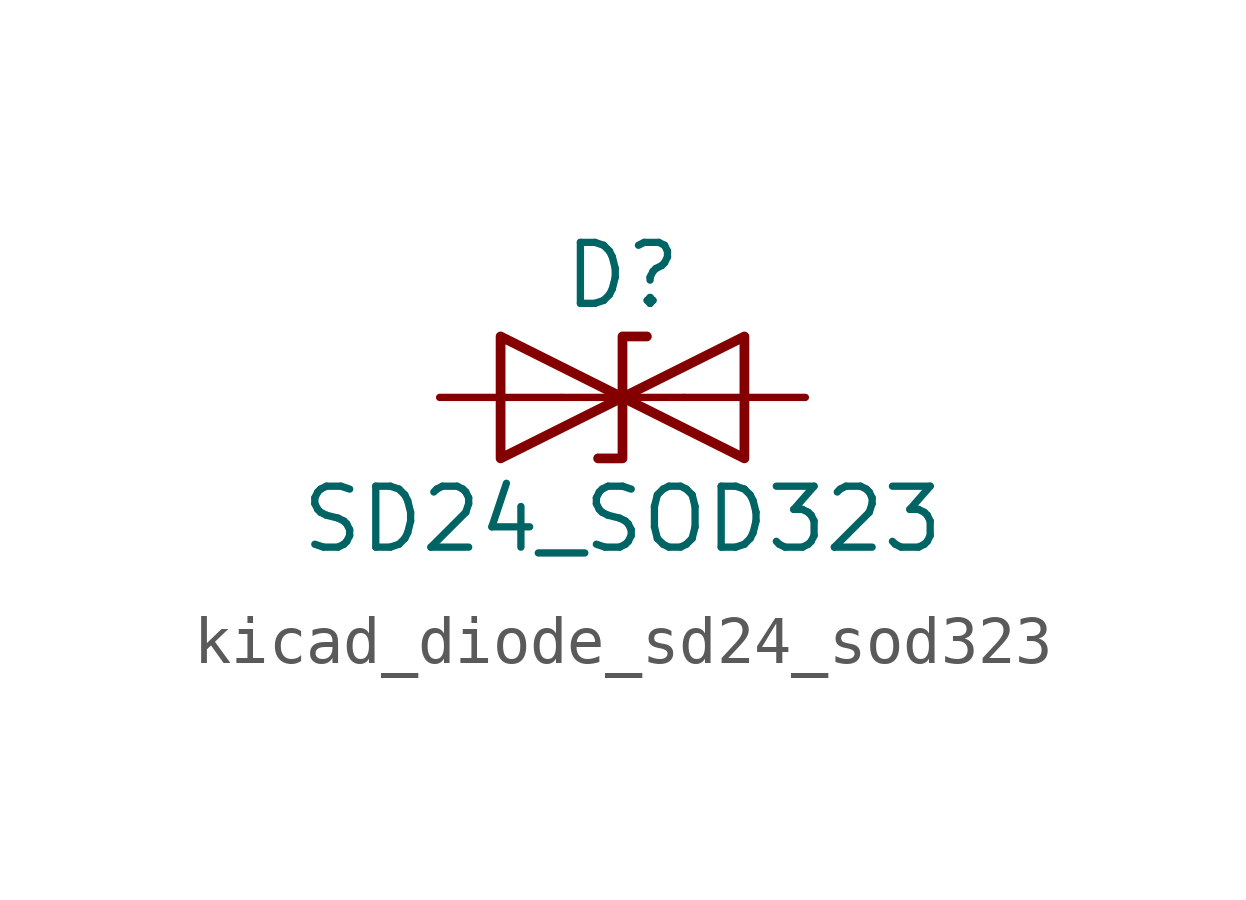
<source format=kicad_sym>
(kicad_symbol_lib
  (version 20220914)
  (generator kicad_symbol_editor)
  (symbol "kicad_diode_sd24_sod323"
    (pin_numbers hide)
    (pin_names
      (offset 1.016) hide)
    (property "Reference" "D"
      (at 0 2.54 0)
      (effects (font (size 1.27 1.27))))
    (property "Value" "SD24_SOD323"
      (at 0 -2.54 0)
      (effects (font (size 1.27 1.27))))
    (symbol "kicad_diode_sd24_sod323_0_1"
      (polyline (pts (xy 1.27 0) (xy -1.27 0)) (stroke (width 0) (type default)) (fill (type none)))
      (polyline (pts (xy -2.54 -1.27) (xy 0 0) (xy -2.54 1.27) (xy -2.54 -1.27)) (stroke (width 0.203) (type default)) (fill (type none)))
      (polyline (pts (xy 0.508 1.27) (xy 0 1.27) (xy 0 -1.27) (xy -0.508 -1.27)) (stroke (width 0.203) (type default)) (fill (type none)))
      (polyline (pts (xy 2.54 1.27) (xy 2.54 -1.27) (xy 0 0) (xy 2.54 1.27)) (stroke (width 0.203) (type default)) (fill (type none))))
    (symbol "kicad_diode_sd24_sod323_1_1"
      (pin passive line (at -3.81 0 0) (length 2.54) (name "A1" (effects (font (size 1.27 1.27)))) (number "1" (effects (font (size 1.27 1.27)))))
      (pin passive line (at 3.81 0 180) (length 2.54) (name "A2" (effects (font (size 1.27 1.27)))) (number "2" (effects (font (size 1.27 1.27))))))))
</source>
